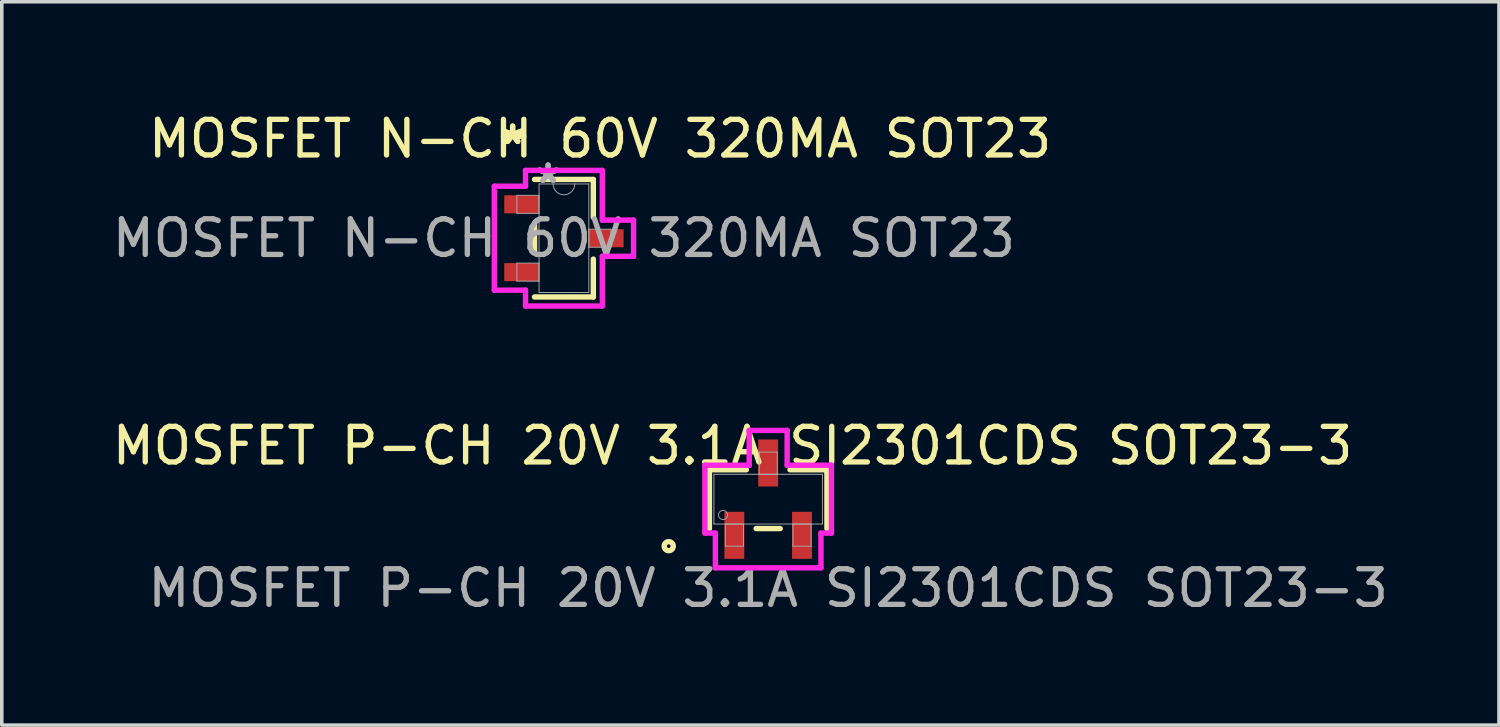
<source format=kicad_pcb>
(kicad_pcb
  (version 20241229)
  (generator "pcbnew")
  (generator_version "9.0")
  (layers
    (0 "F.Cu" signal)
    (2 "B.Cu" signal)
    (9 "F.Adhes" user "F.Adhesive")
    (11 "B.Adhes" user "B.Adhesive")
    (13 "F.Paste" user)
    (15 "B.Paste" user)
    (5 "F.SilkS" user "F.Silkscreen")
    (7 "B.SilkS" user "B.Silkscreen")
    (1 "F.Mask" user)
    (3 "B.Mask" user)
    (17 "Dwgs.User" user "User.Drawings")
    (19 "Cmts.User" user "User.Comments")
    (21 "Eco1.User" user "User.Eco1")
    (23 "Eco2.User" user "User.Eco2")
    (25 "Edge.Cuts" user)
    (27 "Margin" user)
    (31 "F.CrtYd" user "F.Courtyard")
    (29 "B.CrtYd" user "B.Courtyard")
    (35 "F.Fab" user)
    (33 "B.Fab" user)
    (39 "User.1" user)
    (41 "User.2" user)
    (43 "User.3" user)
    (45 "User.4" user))
  (footprint "MOSFET N-CH 60V 320MA SOT23"
    (layer "F.Cu")
    (at 12.792 3.642)
    (property "Reference" "MOSFET N-CH 60V 320MA SOT23" (at 1.016 -2.794 0) (unlocked yes) (layer "F.SilkS") (effects (font (size 1 1) (thickness 0.15))))
    (attr smd)
    (fp_line (start -0.826 -0.366) (end -0.826 0.366) (stroke (width 0.152) (type solid)) (layer "F.SilkS"))
    (fp_line (start -0.826 1.651) (end 0.826 1.651) (stroke (width 0.152) (type solid)) (layer "F.SilkS"))
    (fp_line (start 0.826 -1.651) (end -0.826 -1.651) (stroke (width 0.152) (type solid)) (layer "F.SilkS"))
    (fp_line (start 0.826 -0.587) (end 0.826 -1.651) (stroke (width 0.152) (type solid)) (layer "F.SilkS"))
    (fp_line (start 0.826 1.651) (end 0.826 0.587) (stroke (width 0.152) (type solid)) (layer "F.SilkS"))
    (fp_line (start -1.956 -1.46) (end -1.079 -1.46) (stroke (width 0.152) (type solid)) (layer "F.CrtYd"))
    (fp_line (start -1.956 1.46) (end -1.956 -1.46) (stroke (width 0.152) (type solid)) (layer "F.CrtYd"))
    (fp_line (start -1.079 -1.905) (end 1.079 -1.905) (stroke (width 0.152) (type solid)) (layer "F.CrtYd"))
    (fp_line (start -1.079 -1.46) (end -1.079 -1.905) (stroke (width 0.152) (type solid)) (layer "F.CrtYd"))
    (fp_line (start -1.079 1.46) (end -1.956 1.46) (stroke (width 0.152) (type solid)) (layer "F.CrtYd"))
    (fp_line (start -1.079 1.905) (end -1.079 1.46) (stroke (width 0.152) (type solid)) (layer "F.CrtYd"))
    (fp_line (start 1.079 -1.905) (end 1.079 -0.508) (stroke (width 0.152) (type solid)) (layer "F.CrtYd"))
    (fp_line (start 1.079 -0.508) (end 1.956 -0.508) (stroke (width 0.152) (type solid)) (layer "F.CrtYd"))
    (fp_line (start 1.079 0.508) (end 1.079 1.905) (stroke (width 0.152) (type solid)) (layer "F.CrtYd"))
    (fp_line (start 1.079 1.905) (end -1.079 1.905) (stroke (width 0.152) (type solid)) (layer "F.CrtYd"))
    (fp_line (start 1.956 -0.508) (end 1.956 0.508) (stroke (width 0.152) (type solid)) (layer "F.CrtYd"))
    (fp_line (start 1.956 0.508) (end 1.079 0.508) (stroke (width 0.152) (type solid)) (layer "F.CrtYd"))
    (fp_line (start -1.321 -1.206) (end -1.321 -0.699) (stroke (width 0.025) (type solid)) (layer "F.Fab"))
    (fp_line (start -1.321 -0.699) (end -0.699 -0.699) (stroke (width 0.025) (type solid)) (layer "F.Fab"))
    (fp_line (start -1.321 0.699) (end -1.321 1.206) (stroke (width 0.025) (type solid)) (layer "F.Fab"))
    (fp_line (start -1.321 1.206) (end -0.699 1.206) (stroke (width 0.025) (type solid)) (layer "F.Fab"))
    (fp_line (start -0.699 -1.524) (end -0.699 1.524) (stroke (width 0.025) (type solid)) (layer "F.Fab"))
    (fp_line (start -0.699 -1.206) (end -1.321 -1.206) (stroke (width 0.025) (type solid)) (layer "F.Fab"))
    (fp_line (start -0.699 -0.699) (end -0.699 -1.206) (stroke (width 0.025) (type solid)) (layer "F.Fab"))
    (fp_line (start -0.699 0.699) (end -1.321 0.699) (stroke (width 0.025) (type solid)) (layer "F.Fab"))
    (fp_line (start -0.699 1.206) (end -0.699 0.699) (stroke (width 0.025) (type solid)) (layer "F.Fab"))
    (fp_line (start -0.699 1.524) (end 0.699 1.524) (stroke (width 0.025) (type solid)) (layer "F.Fab"))
    (fp_line (start 0.699 -1.524) (end -0.699 -1.524) (stroke (width 0.025) (type solid)) (layer "F.Fab"))
    (fp_line (start 0.699 -0.254) (end 0.699 0.254) (stroke (width 0.025) (type solid)) (layer "F.Fab"))
    (fp_line (start 0.699 0.254) (end 1.321 0.254) (stroke (width 0.025) (type solid)) (layer "F.Fab"))
    (fp_line (start 0.699 1.524) (end 0.699 -1.524) (stroke (width 0.025) (type solid)) (layer "F.Fab"))
    (fp_line (start 1.321 -0.254) (end 0.699 -0.254) (stroke (width 0.025) (type solid)) (layer "F.Fab"))
    (fp_line (start 1.321 0.254) (end 1.321 -0.254) (stroke (width 0.025) (type solid)) (layer "F.Fab"))
    (fp_arc (start 0.3048 -1.524) (mid 0 -1.2192) (end -0.3048 -1.524) (stroke (width 0.0254) (type solid)) (layer "F.Fab"))
    (fp_text user "*" (at -1.441 -2.603 0) (unlocked yes) (layer "F.SilkS") (effects (font (size 1 1) (thickness 0.15))))
    (fp_text user "*" (at -1.441 -2.603 0) (layer "F.SilkS") (effects (font (size 1 1) (thickness 0.15))))
    (fp_text user "*" (at -0.445 -1.511 0) (unlocked yes) (layer "F.Fab") (effects (font (size 1 1) (thickness 0.15))))
    (fp_text user "*" (at -0.445 -1.511 0) (layer "F.Fab") (effects (font (size 1 1) (thickness 0.15))))
    (fp_text user "${REFERENCE}" (at 0 0 0) (unlocked yes) (layer "F.Fab") (effects (font (size 1 1) (thickness 0.15))))
    (pad "1" smd rect (at -1.187 -0.953) (size 0.978 0.508) (layers "F.Cu" "F.Mask" "F.Paste"))
    (pad "2" smd rect (at -1.187 0.953) (size 0.978 0.508) (layers "F.Cu" "F.Mask" "F.Paste"))
    (pad "3" smd rect (at 1.187 0) (size 0.978 0.508) (layers "F.Cu" "F.Mask" "F.Paste")))
  (footprint "MOSFET P-CH 20V 3.1A SI2301CDS SOT23-3"
    (layer "F.Cu")
    (at 18.53 10.972)
    (property "Reference" "MOSFET P-CH 20V 3.1A SI2301CDS SOT23-3" (at -1 -1.5 0) (unlocked yes) (layer "F.SilkS") (effects (font (size 1 1) (thickness 0.15))))
    (attr smd)
    (fp_line (start -1.651 -0.826) (end -1.651 0.826) (stroke (width 0.152) (type solid)) (layer "F.SilkS"))
    (fp_line (start -0.612 -0.826) (end -1.651 -0.826) (stroke (width 0.152) (type solid)) (layer "F.SilkS"))
    (fp_line (start -0.338 0.826) (end 0.338 0.826) (stroke (width 0.152) (type solid)) (layer "F.SilkS"))
    (fp_line (start 1.651 -0.826) (end 0.612 -0.826) (stroke (width 0.152) (type solid)) (layer "F.SilkS"))
    (fp_line (start 1.651 0.826) (end 1.651 -0.826) (stroke (width 0.152) (type solid)) (layer "F.SilkS"))
    (fp_circle (center -2.794 1.321) (end -2.667 1.321) (stroke (width 0.152) (type solid)) (fill no) (layer "F.SilkS"))
    (fp_line (start -1.778 -0.953) (end -0.533 -0.953) (stroke (width 0.152) (type solid)) (layer "F.CrtYd"))
    (fp_line (start -1.778 0.953) (end -1.778 -0.953) (stroke (width 0.152) (type solid)) (layer "F.CrtYd"))
    (fp_line (start -1.778 0.953) (end -1.483 0.953) (stroke (width 0.152) (type solid)) (layer "F.CrtYd"))
    (fp_line (start -1.483 0.953) (end -1.483 1.93) (stroke (width 0.152) (type solid)) (layer "F.CrtYd"))
    (fp_line (start -1.483 1.93) (end 1.483 1.93) (stroke (width 0.152) (type solid)) (layer "F.CrtYd"))
    (fp_line (start -0.533 -1.93) (end 0.533 -1.93) (stroke (width 0.152) (type solid)) (layer "F.CrtYd"))
    (fp_line (start -0.533 -0.953) (end -0.533 -1.93) (stroke (width 0.152) (type solid)) (layer "F.CrtYd"))
    (fp_line (start 0.533 -0.953) (end 0.533 -1.93) (stroke (width 0.152) (type solid)) (layer "F.CrtYd"))
    (fp_line (start 1.483 0.953) (end 1.483 1.93) (stroke (width 0.152) (type solid)) (layer "F.CrtYd"))
    (fp_line (start 1.778 -0.953) (end 0.533 -0.953) (stroke (width 0.152) (type solid)) (layer "F.CrtYd"))
    (fp_line (start 1.778 -0.953) (end 1.778 0.953) (stroke (width 0.152) (type solid)) (layer "F.CrtYd"))
    (fp_line (start 1.778 0.953) (end 1.483 0.953) (stroke (width 0.152) (type solid)) (layer "F.CrtYd"))
    (fp_line (start -1.524 -0.699) (end -1.524 0.699) (stroke (width 0.025) (type solid)) (layer "F.Fab"))
    (fp_line (start -1.524 0.699) (end 1.524 0.699) (stroke (width 0.025) (type solid)) (layer "F.Fab"))
    (fp_line (start -1.204 0.699) (end -1.204 1.321) (stroke (width 0.025) (type solid)) (layer "F.Fab"))
    (fp_line (start -1.204 1.321) (end -0.696 1.321) (stroke (width 0.025) (type solid)) (layer "F.Fab"))
    (fp_line (start -0.696 0.699) (end -1.204 0.699) (stroke (width 0.025) (type solid)) (layer "F.Fab"))
    (fp_line (start -0.696 1.321) (end -0.696 0.699) (stroke (width 0.025) (type solid)) (layer "F.Fab"))
    (fp_line (start -0.254 -1.321) (end -0.254 -0.699) (stroke (width 0.025) (type solid)) (layer "F.Fab"))
    (fp_line (start -0.254 -0.699) (end 0.254 -0.699) (stroke (width 0.025) (type solid)) (layer "F.Fab"))
    (fp_line (start 0.254 -1.321) (end -0.254 -1.321) (stroke (width 0.025) (type solid)) (layer "F.Fab"))
    (fp_line (start 0.254 -0.699) (end 0.254 -1.321) (stroke (width 0.025) (type solid)) (layer "F.Fab"))
    (fp_line (start 0.696 0.699) (end 0.696 1.321) (stroke (width 0.025) (type solid)) (layer "F.Fab"))
    (fp_line (start 0.696 1.321) (end 1.204 1.321) (stroke (width 0.025) (type solid)) (layer "F.Fab"))
    (fp_line (start 1.204 0.699) (end 0.696 0.699) (stroke (width 0.025) (type solid)) (layer "F.Fab"))
    (fp_line (start 1.204 1.321) (end 1.204 0.699) (stroke (width 0.025) (type solid)) (layer "F.Fab"))
    (fp_line (start 1.524 -0.699) (end -1.524 -0.699) (stroke (width 0.025) (type solid)) (layer "F.Fab"))
    (fp_line (start 1.524 0.699) (end 1.524 -0.699) (stroke (width 0.025) (type solid)) (layer "F.Fab"))
    (fp_circle (center -1.27 0.445) (end -1.143 0.445) (stroke (width 0.025) (type solid)) (fill no) (layer "F.Fab"))
    (fp_text user "${REFERENCE}" (at 0 2.5 0) (unlocked yes) (layer "F.Fab") (effects (font (size 1 1) (thickness 0.15))))
    (pad "1" smd rect (at -0.95 1.016) (size 0.559 1.321) (layers "F.Cu" "F.Mask" "F.Paste"))
    (pad "2" smd rect (at 0.95 1.016) (size 0.559 1.321) (layers "F.Cu" "F.Mask" "F.Paste"))
    (pad "3" smd rect (at 0 -1.016) (size 0.559 1.321) (layers "F.Cu" "F.Mask" "F.Paste")))
  (gr_rect
    (start -3 -3)
    (end 39.06 17.32)
    (stroke (width 0.1) (type default))
    (fill no)
    (layer "Edge.Cuts")))
</source>
